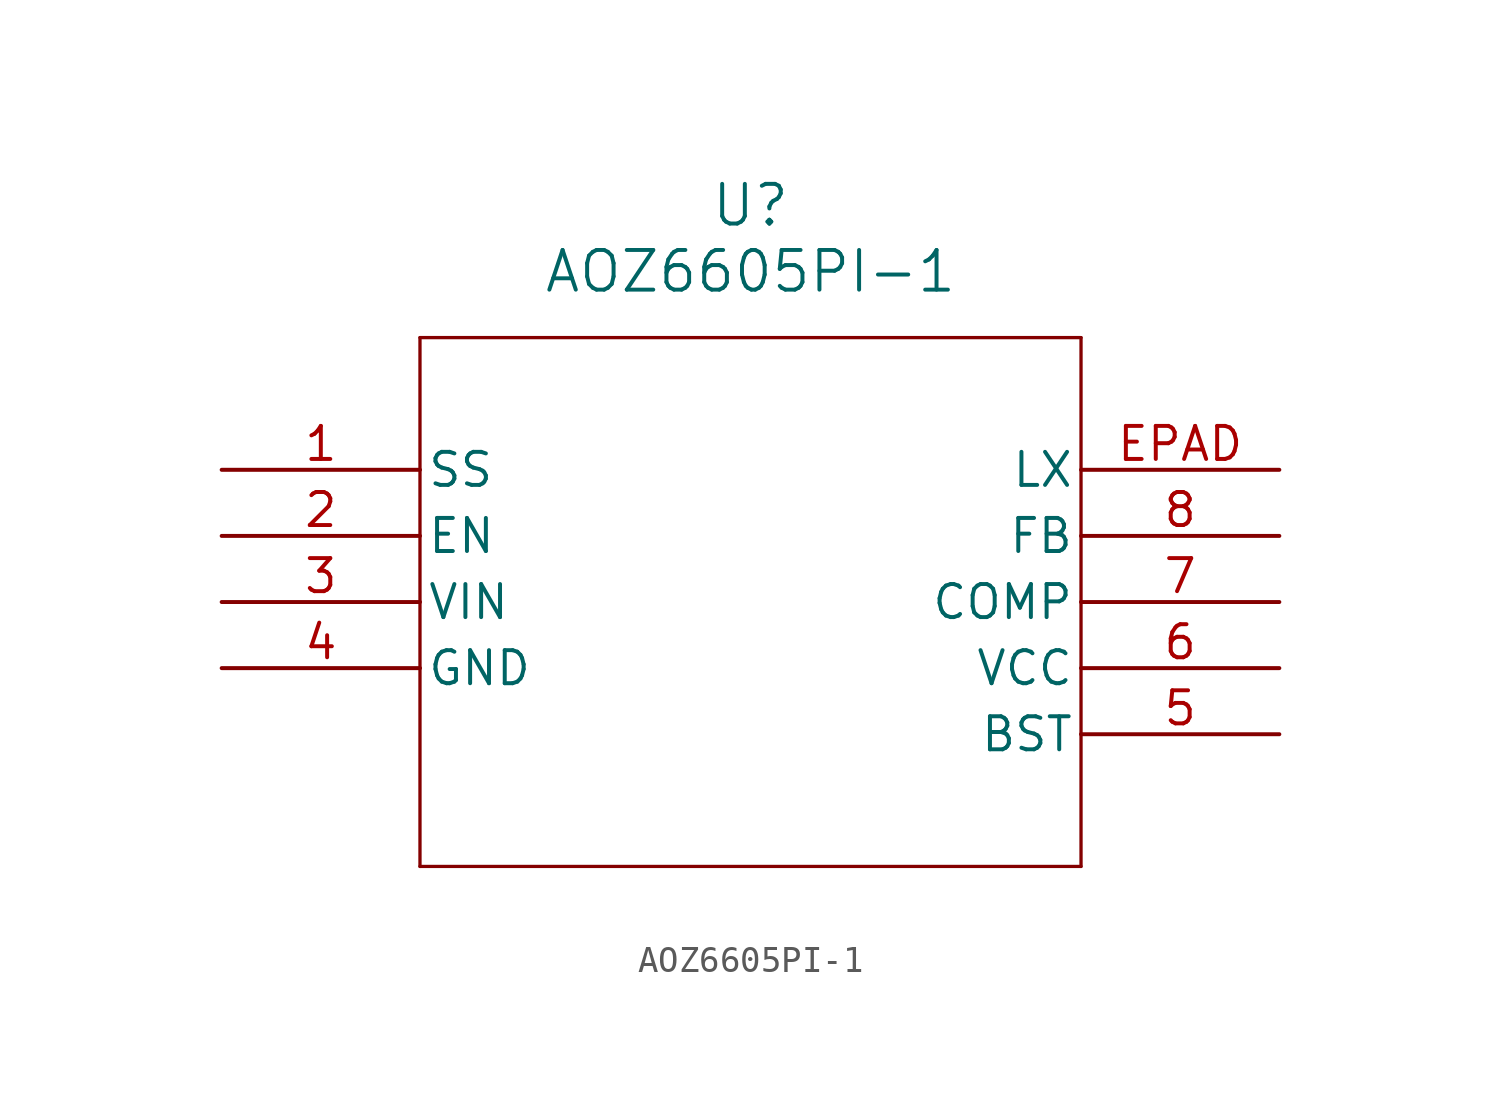
<source format=kicad_sym>
(kicad_symbol_lib
  (version 20211014)
  (generator kicad_symbol_editor)
  (symbol "AOZ6605PI-1"
    (pin_names
      (offset 0.254))
    (property "Reference" "U"
      (at 20.32 10.16 0)
      (effects (font (size 1.524 1.524))))
    (property "Value" "AOZ6605PI-1"
      (at 20.32 7.62 0)
      (effects (font (size 1.524 1.524))))
    (symbol "AOZ6605PI-1_0_1"
      (polyline (pts (xy 7.62 5.08) (xy 7.62 -15.24)) (stroke (width 0.127) (type default) (color 0 0 0 0)) (fill (type none)))
      (polyline (pts (xy 7.62 -15.24) (xy 33.02 -15.24)) (stroke (width 0.127) (type default) (color 0 0 0 0)) (fill (type none)))
      (polyline (pts (xy 33.02 -15.24) (xy 33.02 5.08)) (stroke (width 0.127) (type default) (color 0 0 0 0)) (fill (type none)))
      (polyline (pts (xy 33.02 5.08) (xy 7.62 5.08)) (stroke (width 0.127) (type default) (color 0 0 0 0)) (fill (type none)))
      (pin input line (at 0 0 0) (length 7.62) (name "SS" (effects (font (size 1.27 1.27)))) (number "1" (effects (font (size 1.27 1.27)))))
      (pin input line (at 0 -2.54 0) (length 7.62) (name "EN" (effects (font (size 1.27 1.27)))) (number "2" (effects (font (size 1.27 1.27)))))
      (pin power_in line (at 0 -5.08 0) (length 7.62) (name "VIN" (effects (font (size 1.27 1.27)))) (number "3" (effects (font (size 1.27 1.27)))))
      (pin power_out line (at 0 -7.62 0) (length 7.62) (name "GND" (effects (font (size 1.27 1.27)))) (number "4" (effects (font (size 1.27 1.27)))))
      (pin power_in line (at 40.64 -10.16 180) (length 7.62) (name "BST" (effects (font (size 1.27 1.27)))) (number "5" (effects (font (size 1.27 1.27)))))
      (pin power_in line (at 40.64 -7.62 180) (length 7.62) (name "VCC" (effects (font (size 1.27 1.27)))) (number "6" (effects (font (size 1.27 1.27)))))
      (pin input line (at 40.64 -5.08 180) (length 7.62) (name "COMP" (effects (font (size 1.27 1.27)))) (number "7" (effects (font (size 1.27 1.27)))))
      (pin input line (at 40.64 -2.54 180) (length 7.62) (name "FB" (effects (font (size 1.27 1.27)))) (number "8" (effects (font (size 1.27 1.27)))))
      (pin power_in line (at 40.64 0 180) (length 7.62) (name "LX" (effects (font (size 1.27 1.27)))) (number "EPAD" (effects (font (size 1.27 1.27))))))))
</source>
